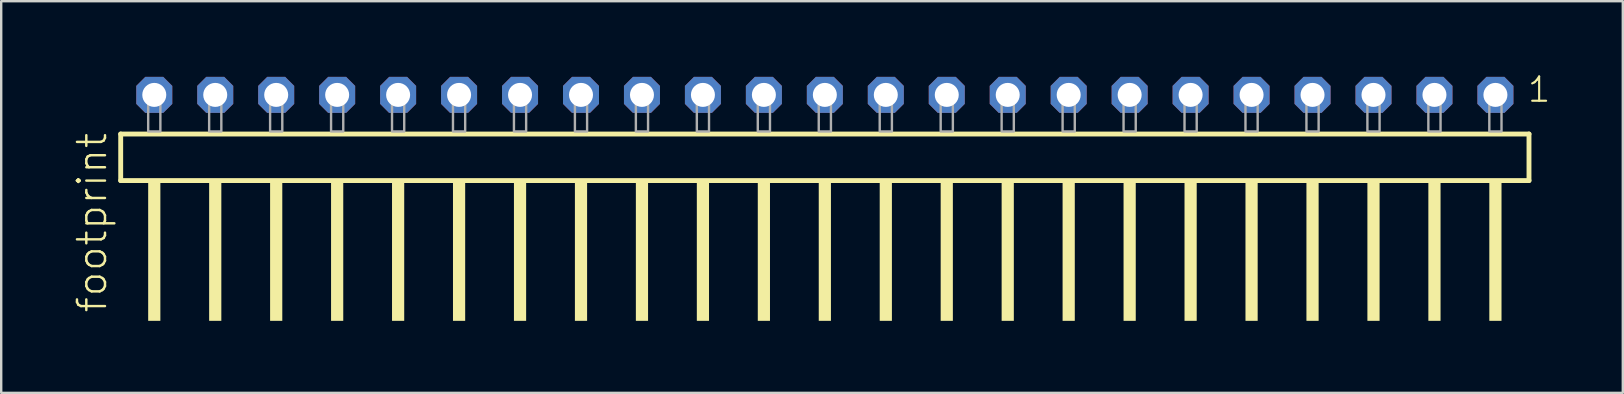
<source format=kicad_pcb>
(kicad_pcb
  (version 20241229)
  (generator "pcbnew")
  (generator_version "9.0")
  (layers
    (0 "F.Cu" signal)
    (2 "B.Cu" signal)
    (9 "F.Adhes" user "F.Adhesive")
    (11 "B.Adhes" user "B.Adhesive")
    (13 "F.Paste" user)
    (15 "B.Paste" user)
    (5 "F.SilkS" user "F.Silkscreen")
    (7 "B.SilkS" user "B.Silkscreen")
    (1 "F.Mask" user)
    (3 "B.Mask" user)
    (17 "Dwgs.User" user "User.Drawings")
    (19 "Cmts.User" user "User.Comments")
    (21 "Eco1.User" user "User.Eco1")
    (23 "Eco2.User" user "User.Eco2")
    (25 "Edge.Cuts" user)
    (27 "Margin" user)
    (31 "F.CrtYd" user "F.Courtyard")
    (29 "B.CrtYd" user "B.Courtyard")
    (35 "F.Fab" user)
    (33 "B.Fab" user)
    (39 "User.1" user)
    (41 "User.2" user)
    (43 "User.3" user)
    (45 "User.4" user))
  (footprint "footprint"
    (layer "F.Cu")
    (at 31.318 2.428)
    (property "Reference" "footprint" (at -29.845 7.62 90) (layer "F.SilkS") (effects (font (size 1.168 1.168) (thickness 0.102)) (justify left bottom)))
    (fp_line (start -29.339 0.106) (end -29.339 2.046) (stroke (width 0.203) (type solid)) (layer "F.SilkS"))
    (fp_line (start -29.339 2.046) (end 29.339 2.046) (stroke (width 0.203) (type solid)) (layer "F.SilkS"))
    (fp_line (start 29.339 0.106) (end -29.339 0.106) (stroke (width 0.203) (type solid)) (layer "F.SilkS"))
    (fp_line (start 29.339 2.046) (end 29.339 0.106) (stroke (width 0.203) (type solid)) (layer "F.SilkS"))
    (fp_poly (pts (xy -28.194 7.89) (xy -27.686 7.89) (xy -27.686 2.04) (xy -28.194 2.04)) (stroke (width 0) (type solid)) (fill yes) (layer "F.SilkS"))
    (fp_poly (pts (xy -25.654 7.89) (xy -25.146 7.89) (xy -25.146 2.04) (xy -25.654 2.04)) (stroke (width 0) (type solid)) (fill yes) (layer "F.SilkS"))
    (fp_poly (pts (xy -23.114 7.89) (xy -22.606 7.89) (xy -22.606 2.04) (xy -23.114 2.04)) (stroke (width 0) (type solid)) (fill yes) (layer "F.SilkS"))
    (fp_poly (pts (xy -20.574 7.89) (xy -20.066 7.89) (xy -20.066 2.04) (xy -20.574 2.04)) (stroke (width 0) (type solid)) (fill yes) (layer "F.SilkS"))
    (fp_poly (pts (xy -18.034 7.89) (xy -17.526 7.89) (xy -17.526 2.04) (xy -18.034 2.04)) (stroke (width 0) (type solid)) (fill yes) (layer "F.SilkS"))
    (fp_poly (pts (xy -15.494 7.89) (xy -14.986 7.89) (xy -14.986 2.04) (xy -15.494 2.04)) (stroke (width 0) (type solid)) (fill yes) (layer "F.SilkS"))
    (fp_poly (pts (xy -12.954 7.89) (xy -12.446 7.89) (xy -12.446 2.04) (xy -12.954 2.04)) (stroke (width 0) (type solid)) (fill yes) (layer "F.SilkS"))
    (fp_poly (pts (xy -10.414 7.89) (xy -9.906 7.89) (xy -9.906 2.04) (xy -10.414 2.04)) (stroke (width 0) (type solid)) (fill yes) (layer "F.SilkS"))
    (fp_poly (pts (xy -7.874 7.89) (xy -7.366 7.89) (xy -7.366 2.04) (xy -7.874 2.04)) (stroke (width 0) (type solid)) (fill yes) (layer "F.SilkS"))
    (fp_poly (pts (xy -5.334 7.89) (xy -4.826 7.89) (xy -4.826 2.04) (xy -5.334 2.04)) (stroke (width 0) (type solid)) (fill yes) (layer "F.SilkS"))
    (fp_poly (pts (xy -2.794 7.89) (xy -2.286 7.89) (xy -2.286 2.04) (xy -2.794 2.04)) (stroke (width 0) (type solid)) (fill yes) (layer "F.SilkS"))
    (fp_poly (pts (xy -0.254 7.89) (xy 0.254 7.89) (xy 0.254 2.04) (xy -0.254 2.04)) (stroke (width 0) (type solid)) (fill yes) (layer "F.SilkS"))
    (fp_poly (pts (xy 2.286 7.89) (xy 2.794 7.89) (xy 2.794 2.04) (xy 2.286 2.04)) (stroke (width 0) (type solid)) (fill yes) (layer "F.SilkS"))
    (fp_poly (pts (xy 4.826 7.89) (xy 5.334 7.89) (xy 5.334 2.04) (xy 4.826 2.04)) (stroke (width 0) (type solid)) (fill yes) (layer "F.SilkS"))
    (fp_poly (pts (xy 7.366 7.89) (xy 7.874 7.89) (xy 7.874 2.04) (xy 7.366 2.04)) (stroke (width 0) (type solid)) (fill yes) (layer "F.SilkS"))
    (fp_poly (pts (xy 9.906 7.89) (xy 10.414 7.89) (xy 10.414 2.04) (xy 9.906 2.04)) (stroke (width 0) (type solid)) (fill yes) (layer "F.SilkS"))
    (fp_poly (pts (xy 12.446 7.89) (xy 12.954 7.89) (xy 12.954 2.04) (xy 12.446 2.04)) (stroke (width 0) (type solid)) (fill yes) (layer "F.SilkS"))
    (fp_poly (pts (xy 14.986 7.89) (xy 15.494 7.89) (xy 15.494 2.04) (xy 14.986 2.04)) (stroke (width 0) (type solid)) (fill yes) (layer "F.SilkS"))
    (fp_poly (pts (xy 17.526 7.89) (xy 18.034 7.89) (xy 18.034 2.04) (xy 17.526 2.04)) (stroke (width 0) (type solid)) (fill yes) (layer "F.SilkS"))
    (fp_poly (pts (xy 20.066 7.89) (xy 20.574 7.89) (xy 20.574 2.04) (xy 20.066 2.04)) (stroke (width 0) (type solid)) (fill yes) (layer "F.SilkS"))
    (fp_poly (pts (xy 22.606 7.89) (xy 23.114 7.89) (xy 23.114 2.04) (xy 22.606 2.04)) (stroke (width 0) (type solid)) (fill yes) (layer "F.SilkS"))
    (fp_poly (pts (xy 25.146 7.89) (xy 25.654 7.89) (xy 25.654 2.04) (xy 25.146 2.04)) (stroke (width 0) (type solid)) (fill yes) (layer "F.SilkS"))
    (fp_poly (pts (xy 27.686 7.89) (xy 28.194 7.89) (xy 28.194 2.04) (xy 27.686 2.04)) (stroke (width 0) (type solid)) (fill yes) (layer "F.SilkS"))
    (fp_poly (pts (xy -28.194 0) (xy -27.686 0) (xy -27.686 -1.778) (xy -28.194 -1.778)) (stroke (width 0.1) (type solid)) (fill no) (layer "F.Fab"))
    (fp_poly (pts (xy -25.654 0) (xy -25.146 0) (xy -25.146 -1.778) (xy -25.654 -1.778)) (stroke (width 0.1) (type solid)) (fill no) (layer "F.Fab"))
    (fp_poly (pts (xy -23.114 0) (xy -22.606 0) (xy -22.606 -1.778) (xy -23.114 -1.778)) (stroke (width 0.1) (type solid)) (fill no) (layer "F.Fab"))
    (fp_poly (pts (xy -20.574 0) (xy -20.066 0) (xy -20.066 -1.778) (xy -20.574 -1.778)) (stroke (width 0.1) (type solid)) (fill no) (layer "F.Fab"))
    (fp_poly (pts (xy -18.034 0) (xy -17.526 0) (xy -17.526 -1.778) (xy -18.034 -1.778)) (stroke (width 0.1) (type solid)) (fill no) (layer "F.Fab"))
    (fp_poly (pts (xy -15.494 0) (xy -14.986 0) (xy -14.986 -1.778) (xy -15.494 -1.778)) (stroke (width 0.1) (type solid)) (fill no) (layer "F.Fab"))
    (fp_poly (pts (xy -12.954 0) (xy -12.446 0) (xy -12.446 -1.778) (xy -12.954 -1.778)) (stroke (width 0.1) (type solid)) (fill no) (layer "F.Fab"))
    (fp_poly (pts (xy -10.414 0) (xy -9.906 0) (xy -9.906 -1.778) (xy -10.414 -1.778)) (stroke (width 0.1) (type solid)) (fill no) (layer "F.Fab"))
    (fp_poly (pts (xy -7.874 0) (xy -7.366 0) (xy -7.366 -1.778) (xy -7.874 -1.778)) (stroke (width 0.1) (type solid)) (fill no) (layer "F.Fab"))
    (fp_poly (pts (xy -5.334 0) (xy -4.826 0) (xy -4.826 -1.778) (xy -5.334 -1.778)) (stroke (width 0.1) (type solid)) (fill no) (layer "F.Fab"))
    (fp_poly (pts (xy -2.794 0) (xy -2.286 0) (xy -2.286 -1.778) (xy -2.794 -1.778)) (stroke (width 0.1) (type solid)) (fill no) (layer "F.Fab"))
    (fp_poly (pts (xy -0.254 0) (xy 0.254 0) (xy 0.254 -1.778) (xy -0.254 -1.778)) (stroke (width 0.1) (type solid)) (fill no) (layer "F.Fab"))
    (fp_poly (pts (xy 2.286 0) (xy 2.794 0) (xy 2.794 -1.778) (xy 2.286 -1.778)) (stroke (width 0.1) (type solid)) (fill no) (layer "F.Fab"))
    (fp_poly (pts (xy 4.826 0) (xy 5.334 0) (xy 5.334 -1.778) (xy 4.826 -1.778)) (stroke (width 0.1) (type solid)) (fill no) (layer "F.Fab"))
    (fp_poly (pts (xy 7.366 0) (xy 7.874 0) (xy 7.874 -1.778) (xy 7.366 -1.778)) (stroke (width 0.1) (type solid)) (fill no) (layer "F.Fab"))
    (fp_poly (pts (xy 9.906 0) (xy 10.414 0) (xy 10.414 -1.778) (xy 9.906 -1.778)) (stroke (width 0.1) (type solid)) (fill no) (layer "F.Fab"))
    (fp_poly (pts (xy 12.446 0) (xy 12.954 0) (xy 12.954 -1.778) (xy 12.446 -1.778)) (stroke (width 0.1) (type solid)) (fill no) (layer "F.Fab"))
    (fp_poly (pts (xy 14.986 0) (xy 15.494 0) (xy 15.494 -1.778) (xy 14.986 -1.778)) (stroke (width 0.1) (type solid)) (fill no) (layer "F.Fab"))
    (fp_poly (pts (xy 17.526 0) (xy 18.034 0) (xy 18.034 -1.778) (xy 17.526 -1.778)) (stroke (width 0.1) (type solid)) (fill no) (layer "F.Fab"))
    (fp_poly (pts (xy 20.066 0) (xy 20.574 0) (xy 20.574 -1.778) (xy 20.066 -1.778)) (stroke (width 0.1) (type solid)) (fill no) (layer "F.Fab"))
    (fp_poly (pts (xy 22.606 0) (xy 23.114 0) (xy 23.114 -1.778) (xy 22.606 -1.778)) (stroke (width 0.1) (type solid)) (fill no) (layer "F.Fab"))
    (fp_poly (pts (xy 25.146 0) (xy 25.654 0) (xy 25.654 -1.778) (xy 25.146 -1.778)) (stroke (width 0.1) (type solid)) (fill no) (layer "F.Fab"))
    (fp_poly (pts (xy 27.686 0) (xy 28.194 0) (xy 28.194 -1.778) (xy 27.686 -1.778)) (stroke (width 0.1) (type solid)) (fill no) (layer "F.Fab"))
    (fp_text user "1" (at 29.222 -1.152 0) (layer "F.SilkS") (effects (font (size 1.012 1.012) (thickness 0.088)) (justify left bottom)))
    (pad "1" thru_hole roundrect (at 27.94 -1.524 180) (size 1.5 1.5) (drill 1) (layers "*.Cu" "*.Mask") (roundrect_rratio 0.25) (chamfer_ratio 0.25) (chamfer top_left top_right bottom_left bottom_right))
    (pad "2" thru_hole roundrect (at 25.4 -1.524 180) (size 1.5 1.5) (drill 1) (layers "*.Cu" "*.Mask") (roundrect_rratio 0.25) (chamfer_ratio 0.25) (chamfer top_left top_right bottom_left bottom_right))
    (pad "3" thru_hole roundrect (at 22.86 -1.524 180) (size 1.5 1.5) (drill 1) (layers "*.Cu" "*.Mask") (roundrect_rratio 0.25) (chamfer_ratio 0.25) (chamfer top_left top_right bottom_left bottom_right))
    (pad "4" thru_hole roundrect (at 20.32 -1.524 180) (size 1.5 1.5) (drill 1) (layers "*.Cu" "*.Mask") (roundrect_rratio 0.25) (chamfer_ratio 0.25) (chamfer top_left top_right bottom_left bottom_right))
    (pad "5" thru_hole roundrect (at 17.78 -1.524 180) (size 1.5 1.5) (drill 1) (layers "*.Cu" "*.Mask") (roundrect_rratio 0.25) (chamfer_ratio 0.25) (chamfer top_left top_right bottom_left bottom_right))
    (pad "6" thru_hole roundrect (at 15.24 -1.524 180) (size 1.5 1.5) (drill 1) (layers "*.Cu" "*.Mask") (roundrect_rratio 0.25) (chamfer_ratio 0.25) (chamfer top_left top_right bottom_left bottom_right))
    (pad "7" thru_hole roundrect (at 12.7 -1.524 180) (size 1.5 1.5) (drill 1) (layers "*.Cu" "*.Mask") (roundrect_rratio 0.25) (chamfer_ratio 0.25) (chamfer top_left top_right bottom_left bottom_right))
    (pad "8" thru_hole roundrect (at 10.16 -1.524 180) (size 1.5 1.5) (drill 1) (layers "*.Cu" "*.Mask") (roundrect_rratio 0.25) (chamfer_ratio 0.25) (chamfer top_left top_right bottom_left bottom_right))
    (pad "9" thru_hole roundrect (at 7.62 -1.524 180) (size 1.5 1.5) (drill 1) (layers "*.Cu" "*.Mask") (roundrect_rratio 0.25) (chamfer_ratio 0.25) (chamfer top_left top_right bottom_left bottom_right))
    (pad "10" thru_hole roundrect (at 5.08 -1.524 180) (size 1.5 1.5) (drill 1) (layers "*.Cu" "*.Mask") (roundrect_rratio 0.25) (chamfer_ratio 0.25) (chamfer top_left top_right bottom_left bottom_right))
    (pad "11" thru_hole roundrect (at 2.54 -1.524 180) (size 1.5 1.5) (drill 1) (layers "*.Cu" "*.Mask") (roundrect_rratio 0.25) (chamfer_ratio 0.25) (chamfer top_left top_right bottom_left bottom_right))
    (pad "12" thru_hole roundrect (at 0 -1.524 180) (size 1.5 1.5) (drill 1) (layers "*.Cu" "*.Mask") (roundrect_rratio 0.25) (chamfer_ratio 0.25) (chamfer top_left top_right bottom_left bottom_right))
    (pad "13" thru_hole roundrect (at -2.54 -1.524 180) (size 1.5 1.5) (drill 1) (layers "*.Cu" "*.Mask") (roundrect_rratio 0.25) (chamfer_ratio 0.25) (chamfer top_left top_right bottom_left bottom_right))
    (pad "14" thru_hole roundrect (at -5.08 -1.524 180) (size 1.5 1.5) (drill 1) (layers "*.Cu" "*.Mask") (roundrect_rratio 0.25) (chamfer_ratio 0.25) (chamfer top_left top_right bottom_left bottom_right))
    (pad "15" thru_hole roundrect (at -7.62 -1.524 180) (size 1.5 1.5) (drill 1) (layers "*.Cu" "*.Mask") (roundrect_rratio 0.25) (chamfer_ratio 0.25) (chamfer top_left top_right bottom_left bottom_right))
    (pad "16" thru_hole roundrect (at -10.16 -1.524 180) (size 1.5 1.5) (drill 1) (layers "*.Cu" "*.Mask") (roundrect_rratio 0.25) (chamfer_ratio 0.25) (chamfer top_left top_right bottom_left bottom_right))
    (pad "17" thru_hole roundrect (at -12.7 -1.524 180) (size 1.5 1.5) (drill 1) (layers "*.Cu" "*.Mask") (roundrect_rratio 0.25) (chamfer_ratio 0.25) (chamfer top_left top_right bottom_left bottom_right))
    (pad "18" thru_hole roundrect (at -15.24 -1.524 180) (size 1.5 1.5) (drill 1) (layers "*.Cu" "*.Mask") (roundrect_rratio 0.25) (chamfer_ratio 0.25) (chamfer top_left top_right bottom_left bottom_right))
    (pad "19" thru_hole roundrect (at -17.78 -1.524 180) (size 1.5 1.5) (drill 1) (layers "*.Cu" "*.Mask") (roundrect_rratio 0.25) (chamfer_ratio 0.25) (chamfer top_left top_right bottom_left bottom_right))
    (pad "20" thru_hole roundrect (at -20.32 -1.524 180) (size 1.5 1.5) (drill 1) (layers "*.Cu" "*.Mask") (roundrect_rratio 0.25) (chamfer_ratio 0.25) (chamfer top_left top_right bottom_left bottom_right))
    (pad "21" thru_hole roundrect (at -22.86 -1.524 180) (size 1.5 1.5) (drill 1) (layers "*.Cu" "*.Mask") (roundrect_rratio 0.25) (chamfer_ratio 0.25) (chamfer top_left top_right bottom_left bottom_right))
    (pad "22" thru_hole roundrect (at -25.4 -1.524 180) (size 1.5 1.5) (drill 1) (layers "*.Cu" "*.Mask") (roundrect_rratio 0.25) (chamfer_ratio 0.25) (chamfer top_left top_right bottom_left bottom_right))
    (pad "23" thru_hole roundrect (at -27.94 -1.524 180) (size 1.5 1.5) (drill 1) (layers "*.Cu" "*.Mask") (roundrect_rratio 0.25) (chamfer_ratio 0.25) (chamfer top_left top_right bottom_left bottom_right)))
  (gr_rect
    (start -3 -3)
    (end 64.566 13.318)
    (stroke (width 0.1) (type default))
    (fill no)
    (layer "Edge.Cuts")))
</source>
